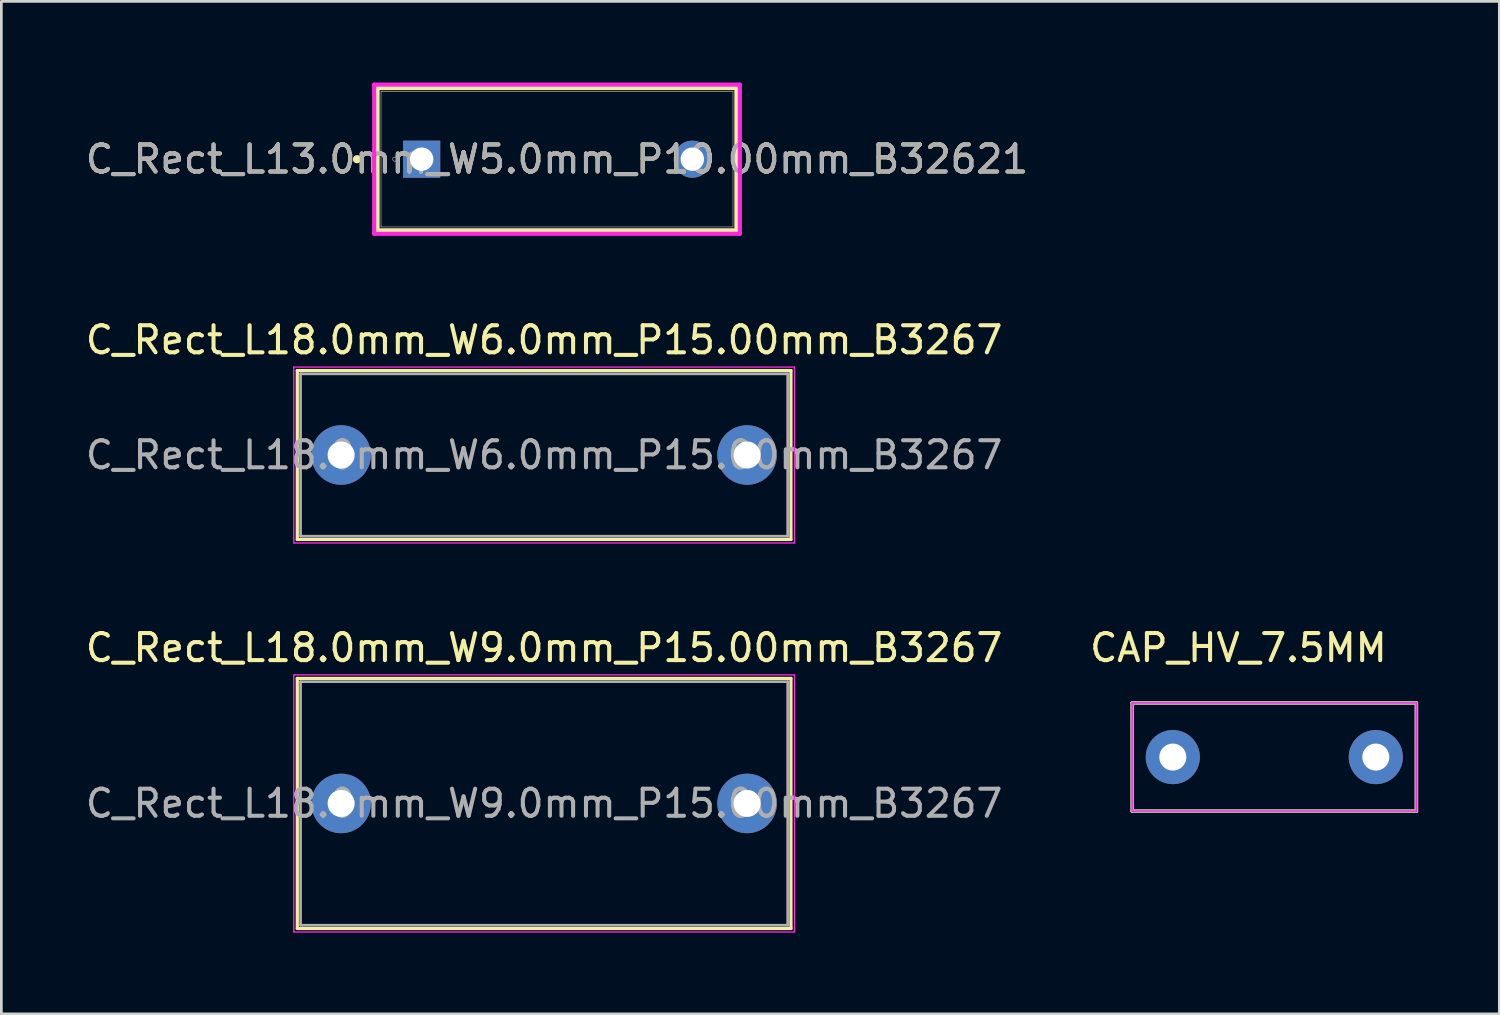
<source format=kicad_pcb>
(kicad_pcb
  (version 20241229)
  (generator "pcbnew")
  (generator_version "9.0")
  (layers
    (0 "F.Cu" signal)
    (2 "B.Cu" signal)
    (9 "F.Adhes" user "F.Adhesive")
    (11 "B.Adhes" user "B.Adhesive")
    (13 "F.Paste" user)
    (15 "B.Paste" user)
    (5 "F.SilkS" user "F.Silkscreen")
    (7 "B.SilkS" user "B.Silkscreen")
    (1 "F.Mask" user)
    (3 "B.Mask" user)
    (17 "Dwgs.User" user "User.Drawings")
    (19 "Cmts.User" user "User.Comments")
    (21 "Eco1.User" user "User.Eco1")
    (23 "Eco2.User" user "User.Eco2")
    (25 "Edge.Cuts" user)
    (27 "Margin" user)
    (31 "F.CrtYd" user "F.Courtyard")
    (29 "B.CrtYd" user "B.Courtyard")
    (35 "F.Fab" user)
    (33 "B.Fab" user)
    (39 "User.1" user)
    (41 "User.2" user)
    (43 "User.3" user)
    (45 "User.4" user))
  (footprint "CAP_HV_7.5MM"
    (layer "F.Cu")
    (at 44.034 24.923)
    (property "Reference" "CAP_HV_7.5MM" (at -1.326 -4.037 0) (layer "F.SilkS") (effects (font (size 1 1) (thickness 0.15))))
    (attr through_hole)
    (fp_line (start -5.25 -2) (end -5.25 2) (stroke (width 0.127) (type solid)) (layer "F.SilkS"))
    (fp_line (start -5.25 -2) (end 5.25 -2) (stroke (width 0.127) (type solid)) (layer "F.SilkS"))
    (fp_line (start 5.25 -2) (end 5.25 2) (stroke (width 0.127) (type solid)) (layer "F.SilkS"))
    (fp_line (start 5.25 2) (end -5.25 2) (stroke (width 0.127) (type solid)) (layer "F.SilkS"))
    (fp_line (start -5.25 -2) (end 5.25 -2) (stroke (width 0.05) (type solid)) (layer "F.CrtYd"))
    (fp_line (start -5.25 2) (end -5.25 -2) (stroke (width 0.05) (type solid)) (layer "F.CrtYd"))
    (fp_line (start 5.25 -2) (end 5.25 2) (stroke (width 0.05) (type solid)) (layer "F.CrtYd"))
    (fp_line (start 5.25 2) (end -5.25 2) (stroke (width 0.05) (type solid)) (layer "F.CrtYd"))
    (fp_line (start -5.25 -2) (end 5.25 -2) (stroke (width 0.127) (type solid)) (layer "F.Fab"))
    (fp_line (start -5.25 2) (end -5.25 -2) (stroke (width 0.127) (type solid)) (layer "F.Fab"))
    (fp_line (start 5.25 -2) (end 5.25 2) (stroke (width 0.127) (type solid)) (layer "F.Fab"))
    (fp_line (start 5.25 2) (end -5.25 2) (stroke (width 0.127) (type solid)) (layer "F.Fab"))
    (pad "1" thru_hole circle (at -3.75 0) (size 2 2) (drill 1) (layers "*.Cu" "*.Mask"))
    (pad "2" thru_hole circle (at 3.75 0) (size 2 2) (drill 1) (layers "*.Cu" "*.Mask")))
  (footprint "C_Rect_L13.0mm_W5.0mm_P10.00mm_B32621"
    (layer "F.Cu")
    (at 12.53 2.832)
    (property "Reference" "C_Rect_L13.0mm_W5.0mm_P10.00mm_B32621" (at 5 0 0) (unlocked yes) (layer "F.SilkS") (effects (font (size 1 1) (thickness 0.15))))
    (attr through_hole)
    (fp_line (start -1.629 -2.629) (end -1.629 2.629) (stroke (width 0.152) (type solid)) (layer "F.SilkS"))
    (fp_line (start 11.629 -2.629) (end -1.629 -2.629) (stroke (width 0.152) (type solid)) (layer "F.SilkS"))
    (fp_line (start 11.629 -2.629) (end 11.629 2.629) (stroke (width 0.152) (type solid)) (layer "F.SilkS"))
    (fp_line (start 11.629 2.629) (end -1.629 2.629) (stroke (width 0.152) (type solid)) (layer "F.SilkS"))
    (fp_circle (center -2.391 0) (end -2.315 0) (stroke (width 0.152) (type solid)) (fill no) (layer "F.SilkS"))
    (fp_line (start -1.756 -2.756) (end 11.756 -2.756) (stroke (width 0.152) (type solid)) (layer "F.CrtYd"))
    (fp_line (start -1.756 2.756) (end -1.756 -2.756) (stroke (width 0.152) (type solid)) (layer "F.CrtYd"))
    (fp_line (start 11.756 -2.756) (end 11.756 2.756) (stroke (width 0.152) (type solid)) (layer "F.CrtYd"))
    (fp_line (start 11.756 2.756) (end -1.756 2.756) (stroke (width 0.152) (type solid)) (layer "F.CrtYd"))
    (fp_line (start -1.502 -2.502) (end -1.502 2.502) (stroke (width 0.025) (type solid)) (layer "F.Fab"))
    (fp_line (start 11.502 -2.502) (end -1.502 -2.502) (stroke (width 0.025) (type solid)) (layer "F.Fab"))
    (fp_line (start 11.502 -2.502) (end 11.502 2.502) (stroke (width 0.025) (type solid)) (layer "F.Fab"))
    (fp_line (start 11.502 2.502) (end -1.502 2.502) (stroke (width 0.025) (type solid)) (layer "F.Fab"))
    (fp_circle (center -0.994 0) (end -0.918 0) (stroke (width 0.025) (type solid)) (fill no) (layer "F.Fab"))
    (fp_text user "${REFERENCE}" (at 5 0 0) (unlocked yes) (layer "F.Fab") (effects (font (size 1 1) (thickness 0.15))))
    (pad "1" thru_hole rect (at 0 0) (size 1.372 1.372) (drill 0.864) (layers "*.Cu" "*.Mask"))
    (pad "2" thru_hole circle (at 10 0) (size 1.372 1.372) (drill 0.864) (layers "*.Cu" "*.Mask")))
  (footprint "C_Rect_L18.0mm_W6.0mm_P15.00mm_B3267"
    (layer "F.Cu")
    (at 9.554 13.762)
    (property "Reference" "C_Rect_L18.0mm_W6.0mm_P15.00mm_B3267" (at 7.5 -4.25 0) (layer "F.SilkS") (effects (font (size 1 1) (thickness 0.15))))
    (attr through_hole)
    (fp_line (start -1.62 -3.12) (end -1.62 3.12) (stroke (width 0.12) (type solid)) (layer "F.SilkS"))
    (fp_line (start -1.62 -3.12) (end 16.62 -3.12) (stroke (width 0.12) (type solid)) (layer "F.SilkS"))
    (fp_line (start -1.62 3.12) (end 16.62 3.12) (stroke (width 0.12) (type solid)) (layer "F.SilkS"))
    (fp_line (start 16.62 -3.12) (end 16.62 3.12) (stroke (width 0.12) (type solid)) (layer "F.SilkS"))
    (fp_line (start -1.75 -3.25) (end -1.75 3.25) (stroke (width 0.05) (type solid)) (layer "F.CrtYd"))
    (fp_line (start -1.75 3.25) (end 16.75 3.25) (stroke (width 0.05) (type solid)) (layer "F.CrtYd"))
    (fp_line (start 16.75 -3.25) (end -1.75 -3.25) (stroke (width 0.05) (type solid)) (layer "F.CrtYd"))
    (fp_line (start 16.75 3.25) (end 16.75 -3.25) (stroke (width 0.05) (type solid)) (layer "F.CrtYd"))
    (fp_line (start -1.5 -3) (end -1.5 3) (stroke (width 0.1) (type solid)) (layer "F.Fab"))
    (fp_line (start -1.5 3) (end 16.5 3) (stroke (width 0.1) (type solid)) (layer "F.Fab"))
    (fp_line (start 16.5 -3) (end -1.5 -3) (stroke (width 0.1) (type solid)) (layer "F.Fab"))
    (fp_line (start 16.5 3) (end 16.5 -3) (stroke (width 0.1) (type solid)) (layer "F.Fab"))
    (fp_text user "${REFERENCE}" (at 7.5 0 0) (layer "F.Fab") (effects (font (size 1 1) (thickness 0.15))))
    (pad "1" thru_hole circle (at 0 0) (size 2.2 2.2) (drill 1) (layers "*.Cu" "*.Mask"))
    (pad "2" thru_hole circle (at 15 0) (size 2.2 2.2) (drill 1) (layers "*.Cu" "*.Mask")))
  (footprint "C_Rect_L18.0mm_W9.0mm_P15.00mm_B3267"
    (layer "F.Cu")
    (at 9.554 26.636)
    (property "Reference" "C_Rect_L18.0mm_W9.0mm_P15.00mm_B3267" (at 7.5 -5.75 0) (layer "F.SilkS") (effects (font (size 1 1) (thickness 0.15))))
    (attr through_hole)
    (fp_line (start -1.62 -4.62) (end -1.62 4.62) (stroke (width 0.12) (type solid)) (layer "F.SilkS"))
    (fp_line (start -1.62 -4.62) (end 16.62 -4.62) (stroke (width 0.12) (type solid)) (layer "F.SilkS"))
    (fp_line (start -1.62 4.62) (end 16.62 4.62) (stroke (width 0.12) (type solid)) (layer "F.SilkS"))
    (fp_line (start 16.62 -4.62) (end 16.62 4.62) (stroke (width 0.12) (type solid)) (layer "F.SilkS"))
    (fp_line (start -1.75 -4.75) (end -1.75 4.75) (stroke (width 0.05) (type solid)) (layer "F.CrtYd"))
    (fp_line (start -1.75 4.75) (end 16.75 4.75) (stroke (width 0.05) (type solid)) (layer "F.CrtYd"))
    (fp_line (start 16.75 -4.75) (end -1.75 -4.75) (stroke (width 0.05) (type solid)) (layer "F.CrtYd"))
    (fp_line (start 16.75 4.75) (end 16.75 -4.75) (stroke (width 0.05) (type solid)) (layer "F.CrtYd"))
    (fp_line (start -1.5 -4.5) (end -1.5 4.5) (stroke (width 0.1) (type solid)) (layer "F.Fab"))
    (fp_line (start -1.5 4.5) (end 16.5 4.5) (stroke (width 0.1) (type solid)) (layer "F.Fab"))
    (fp_line (start 16.5 -4.5) (end -1.5 -4.5) (stroke (width 0.1) (type solid)) (layer "F.Fab"))
    (fp_line (start 16.5 4.5) (end 16.5 -4.5) (stroke (width 0.1) (type solid)) (layer "F.Fab"))
    (fp_text user "${REFERENCE}" (at 7.5 0 0) (layer "F.Fab") (effects (font (size 1 1) (thickness 0.15))))
    (pad "1" thru_hole circle (at 0 0) (size 2.2 2.2) (drill 1) (layers "*.Cu" "*.Mask"))
    (pad "2" thru_hole circle (at 15 0) (size 2.2 2.2) (drill 1) (layers "*.Cu" "*.Mask")))
  (gr_rect
    (start -3 -3)
    (end 52.348 34.411)
    (stroke (width 0.1) (type default))
    (fill no)
    (layer "Edge.Cuts")))
</source>
